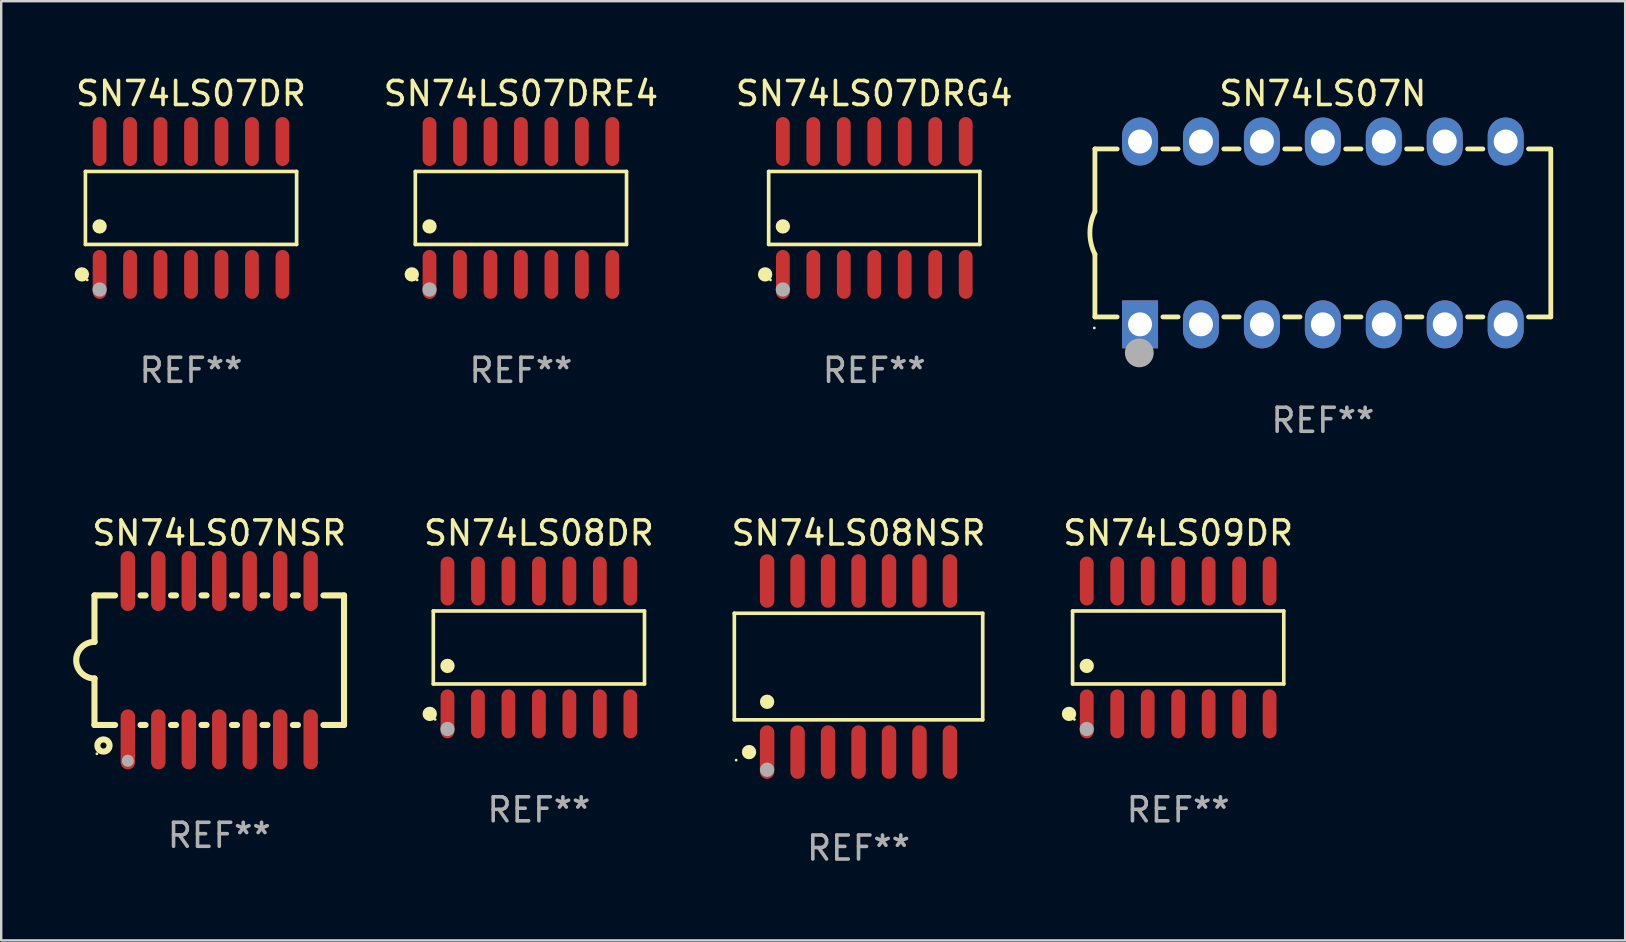
<source format=kicad_pcb>
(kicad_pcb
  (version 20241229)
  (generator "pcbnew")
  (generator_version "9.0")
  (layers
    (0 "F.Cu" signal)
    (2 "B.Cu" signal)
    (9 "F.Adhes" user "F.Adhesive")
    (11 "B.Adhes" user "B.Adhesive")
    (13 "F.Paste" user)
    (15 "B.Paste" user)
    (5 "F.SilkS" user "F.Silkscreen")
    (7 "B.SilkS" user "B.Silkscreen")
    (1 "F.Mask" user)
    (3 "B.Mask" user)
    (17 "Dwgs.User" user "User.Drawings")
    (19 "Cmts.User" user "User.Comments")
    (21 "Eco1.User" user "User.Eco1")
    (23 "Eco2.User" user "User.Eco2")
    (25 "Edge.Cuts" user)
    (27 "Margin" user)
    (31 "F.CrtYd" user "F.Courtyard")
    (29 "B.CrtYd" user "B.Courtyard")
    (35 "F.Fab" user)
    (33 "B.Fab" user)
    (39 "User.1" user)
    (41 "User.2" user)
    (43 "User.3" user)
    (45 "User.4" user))
  (footprint "SN74LS08DR"
    (layer "F.Cu")
    (at 19.41 23.934)
    (property "Reference" "SN74LS08DR" (at 0 -4.769 0) (layer "F.SilkS") (effects (font (size 1 1) (thickness 0.15))))
    (attr through_hole)
    (fp_line (start -4.401 -1.521) (end 4.401 -1.521) (stroke (width 0.152) (type solid)) (layer "F.SilkS"))
    (fp_line (start -4.401 1.521) (end -4.401 -1.521) (stroke (width 0.152) (type solid)) (layer "F.SilkS"))
    (fp_line (start 4.401 -1.521) (end 4.401 1.521) (stroke (width 0.152) (type solid)) (layer "F.SilkS"))
    (fp_line (start 4.401 1.521) (end -4.401 1.521) (stroke (width 0.152) (type solid)) (layer "F.SilkS"))
    (fp_circle (center -4.549 2.769) (end -4.399 2.769) (stroke (width 0.3) (type solid)) (fill no) (layer "F.SilkS"))
    (fp_circle (center -4.325 3) (end -4.295 3) (stroke (width 0.06) (type solid)) (fill no) (layer "F.SilkS"))
    (fp_circle (center -3.81 0.769) (end -3.66 0.769) (stroke (width 0.3) (type solid)) (fill no) (layer "F.SilkS"))
    (fp_circle (center -3.81 3.4) (end -3.66 3.4) (stroke (width 0.3) (type solid)) (fill no) (layer "F.Fab"))
    (fp_text user "REF**" (at 0 6.769 0) (layer "F.Fab") (effects (font (size 1 1) (thickness 0.15))))
    (pad "1" smd oval (at -3.81 2.769) (size 0.574 2.038) (layers "F.Cu" "F.Mask" "F.Paste"))
    (pad "2" smd oval (at -2.54 2.769) (size 0.574 2.038) (layers "F.Cu" "F.Mask" "F.Paste"))
    (pad "3" smd oval (at -1.27 2.769) (size 0.574 2.038) (layers "F.Cu" "F.Mask" "F.Paste"))
    (pad "4" smd oval (at 0 2.769) (size 0.574 2.038) (layers "F.Cu" "F.Mask" "F.Paste"))
    (pad "5" smd oval (at 1.27 2.769) (size 0.574 2.038) (layers "F.Cu" "F.Mask" "F.Paste"))
    (pad "6" smd oval (at 2.54 2.769) (size 0.574 2.038) (layers "F.Cu" "F.Mask" "F.Paste"))
    (pad "7" smd oval (at 3.81 2.769) (size 0.574 2.038) (layers "F.Cu" "F.Mask" "F.Paste"))
    (pad "8" smd oval (at 3.81 -2.769) (size 0.574 2.038) (layers "F.Cu" "F.Mask" "F.Paste"))
    (pad "9" smd oval (at 2.54 -2.769) (size 0.574 2.038) (layers "F.Cu" "F.Mask" "F.Paste"))
    (pad "10" smd oval (at 1.27 -2.769) (size 0.574 2.038) (layers "F.Cu" "F.Mask" "F.Paste"))
    (pad "11" smd oval (at 0 -2.769) (size 0.574 2.038) (layers "F.Cu" "F.Mask" "F.Paste"))
    (pad "12" smd oval (at -1.27 -2.769) (size 0.574 2.038) (layers "F.Cu" "F.Mask" "F.Paste"))
    (pad "13" smd oval (at -2.54 -2.769) (size 0.574 2.038) (layers "F.Cu" "F.Mask" "F.Paste"))
    (pad "14" smd oval (at -3.81 -2.769) (size 0.574 2.038) (layers "F.Cu" "F.Mask" "F.Paste")))
  (footprint "SN74LS07DRG4"
    (layer "F.Cu")
    (at 33.387 5.617)
    (property "Reference" "SN74LS07DRG4" (at 0 -4.769 0) (layer "F.SilkS") (effects (font (size 1 1) (thickness 0.15))))
    (attr through_hole)
    (fp_line (start -4.401 -1.521) (end 4.401 -1.521) (stroke (width 0.152) (type solid)) (layer "F.SilkS"))
    (fp_line (start -4.401 1.521) (end -4.401 -1.521) (stroke (width 0.152) (type solid)) (layer "F.SilkS"))
    (fp_line (start 4.401 -1.521) (end 4.401 1.521) (stroke (width 0.152) (type solid)) (layer "F.SilkS"))
    (fp_line (start 4.401 1.521) (end -4.401 1.521) (stroke (width 0.152) (type solid)) (layer "F.SilkS"))
    (fp_circle (center -4.549 2.769) (end -4.399 2.769) (stroke (width 0.3) (type solid)) (fill no) (layer "F.SilkS"))
    (fp_circle (center -4.325 3) (end -4.295 3) (stroke (width 0.06) (type solid)) (fill no) (layer "F.SilkS"))
    (fp_circle (center -3.81 0.769) (end -3.66 0.769) (stroke (width 0.3) (type solid)) (fill no) (layer "F.SilkS"))
    (fp_circle (center -3.81 3.4) (end -3.66 3.4) (stroke (width 0.3) (type solid)) (fill no) (layer "F.Fab"))
    (fp_text user "REF**" (at 0 6.769 0) (layer "F.Fab") (effects (font (size 1 1) (thickness 0.15))))
    (pad "1" smd oval (at -3.81 2.769) (size 0.574 2.038) (layers "F.Cu" "F.Mask" "F.Paste"))
    (pad "2" smd oval (at -2.54 2.769) (size 0.574 2.038) (layers "F.Cu" "F.Mask" "F.Paste"))
    (pad "3" smd oval (at -1.27 2.769) (size 0.574 2.038) (layers "F.Cu" "F.Mask" "F.Paste"))
    (pad "4" smd oval (at 0 2.769) (size 0.574 2.038) (layers "F.Cu" "F.Mask" "F.Paste"))
    (pad "5" smd oval (at 1.27 2.769) (size 0.574 2.038) (layers "F.Cu" "F.Mask" "F.Paste"))
    (pad "6" smd oval (at 2.54 2.769) (size 0.574 2.038) (layers "F.Cu" "F.Mask" "F.Paste"))
    (pad "7" smd oval (at 3.81 2.769) (size 0.574 2.038) (layers "F.Cu" "F.Mask" "F.Paste"))
    (pad "8" smd oval (at 3.81 -2.769) (size 0.574 2.038) (layers "F.Cu" "F.Mask" "F.Paste"))
    (pad "9" smd oval (at 2.54 -2.769) (size 0.574 2.038) (layers "F.Cu" "F.Mask" "F.Paste"))
    (pad "10" smd oval (at 1.27 -2.769) (size 0.574 2.038) (layers "F.Cu" "F.Mask" "F.Paste"))
    (pad "11" smd oval (at 0 -2.769) (size 0.574 2.038) (layers "F.Cu" "F.Mask" "F.Paste"))
    (pad "12" smd oval (at -1.27 -2.769) (size 0.574 2.038) (layers "F.Cu" "F.Mask" "F.Paste"))
    (pad "13" smd oval (at -2.54 -2.769) (size 0.574 2.038) (layers "F.Cu" "F.Mask" "F.Paste"))
    (pad "14" smd oval (at -3.81 -2.769) (size 0.574 2.038) (layers "F.Cu" "F.Mask" "F.Paste")))
  (footprint "SN74LS07NSR"
    (layer "F.Cu")
    (at 6.088 24.465)
    (property "Reference" "SN74LS07NSR" (at 0 -5.3 0) (layer "F.SilkS") (effects (font (size 1 1) (thickness 0.15))))
    (attr through_hole)
    (fp_line (start -5.2 -2.7) (end -5.2 -0.762) (stroke (width 0.254) (type solid)) (layer "F.SilkS"))
    (fp_line (start -5.2 -2.7) (end -4.341 -2.7) (stroke (width 0.254) (type solid)) (layer "F.SilkS"))
    (fp_line (start -5.2 2.7) (end -5.2 0.762) (stroke (width 0.254) (type solid)) (layer "F.SilkS"))
    (fp_line (start -4.341 2.7) (end -5.2 2.7) (stroke (width 0.254) (type solid)) (layer "F.SilkS"))
    (fp_line (start -3.279 -2.7) (end -3.071 -2.7) (stroke (width 0.254) (type solid)) (layer "F.SilkS"))
    (fp_line (start -3.071 2.7) (end -3.279 2.7) (stroke (width 0.254) (type solid)) (layer "F.SilkS"))
    (fp_line (start -2.009 -2.7) (end -1.801 -2.7) (stroke (width 0.254) (type solid)) (layer "F.SilkS"))
    (fp_line (start -1.801 2.7) (end -2.009 2.7) (stroke (width 0.254) (type solid)) (layer "F.SilkS"))
    (fp_line (start -0.739 -2.7) (end -0.531 -2.7) (stroke (width 0.254) (type solid)) (layer "F.SilkS"))
    (fp_line (start -0.531 2.7) (end -0.739 2.7) (stroke (width 0.254) (type solid)) (layer "F.SilkS"))
    (fp_line (start 0.531 -2.7) (end 0.739 -2.7) (stroke (width 0.254) (type solid)) (layer "F.SilkS"))
    (fp_line (start 0.739 2.7) (end 0.531 2.7) (stroke (width 0.254) (type solid)) (layer "F.SilkS"))
    (fp_line (start 1.801 -2.7) (end 2.009 -2.7) (stroke (width 0.254) (type solid)) (layer "F.SilkS"))
    (fp_line (start 2.009 2.7) (end 1.801 2.7) (stroke (width 0.254) (type solid)) (layer "F.SilkS"))
    (fp_line (start 3.071 -2.7) (end 3.279 -2.7) (stroke (width 0.254) (type solid)) (layer "F.SilkS"))
    (fp_line (start 3.279 2.7) (end 3.071 2.7) (stroke (width 0.254) (type solid)) (layer "F.SilkS"))
    (fp_line (start 4.341 -2.7) (end 5.2 -2.7) (stroke (width 0.254) (type solid)) (layer "F.SilkS"))
    (fp_line (start 5.2 2.7) (end 4.341 2.7) (stroke (width 0.254) (type solid)) (layer "F.SilkS"))
    (fp_line (start 5.2 2.7) (end 5.2 -2.7) (stroke (width 0.254) (type solid)) (layer "F.SilkS"))
    (fp_arc (start -5.2 0.762002) (mid -5.961393 -0.000305) (end -5.199391 -0.762002) (stroke (width 0.254001) (type solid)) (layer "F.SilkS"))
    (fp_circle (center -5.1 3.9) (end -5.07 3.9) (stroke (width 0.06) (type solid)) (fill no) (layer "F.SilkS"))
    (fp_circle (center -4.826 3.556) (end -4.572 3.556) (stroke (width 0.254) (type solid)) (fill no) (layer "F.SilkS"))
    (fp_circle (center -3.81 4.191) (end -3.683 4.191) (stroke (width 0.254) (type solid)) (fill no) (layer "F.Fab"))
    (fp_text user "REF**" (at 0 7.3 0) (layer "F.Fab") (effects (font (size 1 1) (thickness 0.15))))
    (pad "1" smd oval (at -3.81 3.3) (size 0.6 2.5) (layers "F.Cu" "F.Mask" "F.Paste"))
    (pad "2" smd oval (at -2.54 3.3) (size 0.6 2.5) (layers "F.Cu" "F.Mask" "F.Paste"))
    (pad "3" smd oval (at -1.27 3.3) (size 0.6 2.5) (layers "F.Cu" "F.Mask" "F.Paste"))
    (pad "4" smd oval (at 0 3.3) (size 0.6 2.5) (layers "F.Cu" "F.Mask" "F.Paste"))
    (pad "5" smd oval (at 1.27 3.3) (size 0.6 2.5) (layers "F.Cu" "F.Mask" "F.Paste"))
    (pad "6" smd oval (at 2.54 3.3) (size 0.6 2.5) (layers "F.Cu" "F.Mask" "F.Paste"))
    (pad "7" smd oval (at 3.81 3.3) (size 0.6 2.5) (layers "F.Cu" "F.Mask" "F.Paste"))
    (pad "8" smd oval (at 3.81 -3.3) (size 0.6 2.5) (layers "F.Cu" "F.Mask" "F.Paste"))
    (pad "9" smd oval (at 2.54 -3.3) (size 0.6 2.5) (layers "F.Cu" "F.Mask" "F.Paste"))
    (pad "10" smd oval (at 1.27 -3.3) (size 0.6 2.5) (layers "F.Cu" "F.Mask" "F.Paste"))
    (pad "11" smd oval (at 0 -3.3) (size 0.6 2.5) (layers "F.Cu" "F.Mask" "F.Paste"))
    (pad "12" smd oval (at -1.27 -3.3) (size 0.6 2.5) (layers "F.Cu" "F.Mask" "F.Paste"))
    (pad "13" smd oval (at -2.54 -3.3) (size 0.6 2.5) (layers "F.Cu" "F.Mask" "F.Paste"))
    (pad "14" smd oval (at -3.81 -3.3) (size 0.6 2.5) (layers "F.Cu" "F.Mask" "F.Paste")))
  (footprint "SN74LS07DR"
    (layer "F.Cu")
    (at 4.911 5.617)
    (property "Reference" "SN74LS07DR" (at 0 -4.769 0) (layer "F.SilkS") (effects (font (size 1 1) (thickness 0.15))))
    (attr through_hole)
    (fp_line (start -4.401 -1.521) (end 4.401 -1.521) (stroke (width 0.152) (type solid)) (layer "F.SilkS"))
    (fp_line (start -4.401 1.521) (end -4.401 -1.521) (stroke (width 0.152) (type solid)) (layer "F.SilkS"))
    (fp_line (start 4.401 -1.521) (end 4.401 1.521) (stroke (width 0.152) (type solid)) (layer "F.SilkS"))
    (fp_line (start 4.401 1.521) (end -4.401 1.521) (stroke (width 0.152) (type solid)) (layer "F.SilkS"))
    (fp_circle (center -4.549 2.769) (end -4.399 2.769) (stroke (width 0.3) (type solid)) (fill no) (layer "F.SilkS"))
    (fp_circle (center -4.325 3) (end -4.295 3) (stroke (width 0.06) (type solid)) (fill no) (layer "F.SilkS"))
    (fp_circle (center -3.81 0.769) (end -3.66 0.769) (stroke (width 0.3) (type solid)) (fill no) (layer "F.SilkS"))
    (fp_circle (center -3.81 3.4) (end -3.66 3.4) (stroke (width 0.3) (type solid)) (fill no) (layer "F.Fab"))
    (fp_text user "REF**" (at 0 6.769 0) (layer "F.Fab") (effects (font (size 1 1) (thickness 0.15))))
    (pad "1" smd oval (at -3.81 2.769) (size 0.574 2.038) (layers "F.Cu" "F.Mask" "F.Paste"))
    (pad "2" smd oval (at -2.54 2.769) (size 0.574 2.038) (layers "F.Cu" "F.Mask" "F.Paste"))
    (pad "3" smd oval (at -1.27 2.769) (size 0.574 2.038) (layers "F.Cu" "F.Mask" "F.Paste"))
    (pad "4" smd oval (at 0 2.769) (size 0.574 2.038) (layers "F.Cu" "F.Mask" "F.Paste"))
    (pad "5" smd oval (at 1.27 2.769) (size 0.574 2.038) (layers "F.Cu" "F.Mask" "F.Paste"))
    (pad "6" smd oval (at 2.54 2.769) (size 0.574 2.038) (layers "F.Cu" "F.Mask" "F.Paste"))
    (pad "7" smd oval (at 3.81 2.769) (size 0.574 2.038) (layers "F.Cu" "F.Mask" "F.Paste"))
    (pad "8" smd oval (at 3.81 -2.769) (size 0.574 2.038) (layers "F.Cu" "F.Mask" "F.Paste"))
    (pad "9" smd oval (at 2.54 -2.769) (size 0.574 2.038) (layers "F.Cu" "F.Mask" "F.Paste"))
    (pad "10" smd oval (at 1.27 -2.769) (size 0.574 2.038) (layers "F.Cu" "F.Mask" "F.Paste"))
    (pad "11" smd oval (at 0 -2.769) (size 0.574 2.038) (layers "F.Cu" "F.Mask" "F.Paste"))
    (pad "12" smd oval (at -1.27 -2.769) (size 0.574 2.038) (layers "F.Cu" "F.Mask" "F.Paste"))
    (pad "13" smd oval (at -2.54 -2.769) (size 0.574 2.038) (layers "F.Cu" "F.Mask" "F.Paste"))
    (pad "14" smd oval (at -3.81 -2.769) (size 0.574 2.038) (layers "F.Cu" "F.Mask" "F.Paste")))
  (footprint "SN74LS07DRE4"
    (layer "F.Cu")
    (at 18.661 5.617)
    (property "Reference" "SN74LS07DRE4" (at 0 -4.769 0) (layer "F.SilkS") (effects (font (size 1 1) (thickness 0.15))))
    (attr through_hole)
    (fp_line (start -4.401 -1.521) (end 4.401 -1.521) (stroke (width 0.152) (type solid)) (layer "F.SilkS"))
    (fp_line (start -4.401 1.521) (end -4.401 -1.521) (stroke (width 0.152) (type solid)) (layer "F.SilkS"))
    (fp_line (start 4.401 -1.521) (end 4.401 1.521) (stroke (width 0.152) (type solid)) (layer "F.SilkS"))
    (fp_line (start 4.401 1.521) (end -4.401 1.521) (stroke (width 0.152) (type solid)) (layer "F.SilkS"))
    (fp_circle (center -4.549 2.769) (end -4.399 2.769) (stroke (width 0.3) (type solid)) (fill no) (layer "F.SilkS"))
    (fp_circle (center -4.325 3) (end -4.295 3) (stroke (width 0.06) (type solid)) (fill no) (layer "F.SilkS"))
    (fp_circle (center -3.81 0.769) (end -3.66 0.769) (stroke (width 0.3) (type solid)) (fill no) (layer "F.SilkS"))
    (fp_circle (center -3.81 3.4) (end -3.66 3.4) (stroke (width 0.3) (type solid)) (fill no) (layer "F.Fab"))
    (fp_text user "REF**" (at 0 6.769 0) (layer "F.Fab") (effects (font (size 1 1) (thickness 0.15))))
    (pad "1" smd oval (at -3.81 2.769) (size 0.574 2.038) (layers "F.Cu" "F.Mask" "F.Paste"))
    (pad "2" smd oval (at -2.54 2.769) (size 0.574 2.038) (layers "F.Cu" "F.Mask" "F.Paste"))
    (pad "3" smd oval (at -1.27 2.769) (size 0.574 2.038) (layers "F.Cu" "F.Mask" "F.Paste"))
    (pad "4" smd oval (at 0 2.769) (size 0.574 2.038) (layers "F.Cu" "F.Mask" "F.Paste"))
    (pad "5" smd oval (at 1.27 2.769) (size 0.574 2.038) (layers "F.Cu" "F.Mask" "F.Paste"))
    (pad "6" smd oval (at 2.54 2.769) (size 0.574 2.038) (layers "F.Cu" "F.Mask" "F.Paste"))
    (pad "7" smd oval (at 3.81 2.769) (size 0.574 2.038) (layers "F.Cu" "F.Mask" "F.Paste"))
    (pad "8" smd oval (at 3.81 -2.769) (size 0.574 2.038) (layers "F.Cu" "F.Mask" "F.Paste"))
    (pad "9" smd oval (at 2.54 -2.769) (size 0.574 2.038) (layers "F.Cu" "F.Mask" "F.Paste"))
    (pad "10" smd oval (at 1.27 -2.769) (size 0.574 2.038) (layers "F.Cu" "F.Mask" "F.Paste"))
    (pad "11" smd oval (at 0 -2.769) (size 0.574 2.038) (layers "F.Cu" "F.Mask" "F.Paste"))
    (pad "12" smd oval (at -1.27 -2.769) (size 0.574 2.038) (layers "F.Cu" "F.Mask" "F.Paste"))
    (pad "13" smd oval (at -2.54 -2.769) (size 0.574 2.038) (layers "F.Cu" "F.Mask" "F.Paste"))
    (pad "14" smd oval (at -3.81 -2.769) (size 0.574 2.038) (layers "F.Cu" "F.Mask" "F.Paste")))
  (footprint "SN74LS07N"
    (layer "F.Cu")
    (at 52.083 6.658)
    (property "Reference" "SN74LS07N" (at 0 -5.81 0) (layer "F.SilkS") (effects (font (size 1 1) (thickness 0.15))))
    (attr through_hole)
    (fp_line (start -9.5 -3.5) (end -9.5 -0.889) (stroke (width 0.2) (type solid)) (layer "F.SilkS"))
    (fp_line (start -9.5 -3.5) (end -8.572 -3.5) (stroke (width 0.2) (type solid)) (layer "F.SilkS"))
    (fp_line (start -9.5 3.5) (end -9.5 0.889) (stroke (width 0.2) (type solid)) (layer "F.SilkS"))
    (fp_line (start -9.5 3.5) (end -8.574 3.5) (stroke (width 0.2) (type solid)) (layer "F.SilkS"))
    (fp_line (start -6.668 -3.5) (end -6.032 -3.5) (stroke (width 0.2) (type solid)) (layer "F.SilkS"))
    (fp_line (start -6.666 3.5) (end -6.032 3.5) (stroke (width 0.2) (type solid)) (layer "F.SilkS"))
    (fp_line (start -4.128 -3.5) (end -3.492 -3.5) (stroke (width 0.2) (type solid)) (layer "F.SilkS"))
    (fp_line (start -4.128 3.5) (end -3.492 3.5) (stroke (width 0.2) (type solid)) (layer "F.SilkS"))
    (fp_line (start -1.588 -3.5) (end -0.952 -3.5) (stroke (width 0.2) (type solid)) (layer "F.SilkS"))
    (fp_line (start -1.588 3.5) (end -0.952 3.5) (stroke (width 0.2) (type solid)) (layer "F.SilkS"))
    (fp_line (start 0.952 -3.5) (end 1.588 -3.5) (stroke (width 0.2) (type solid)) (layer "F.SilkS"))
    (fp_line (start 0.952 3.5) (end 1.588 3.5) (stroke (width 0.2) (type solid)) (layer "F.SilkS"))
    (fp_line (start 3.492 -3.5) (end 4.128 -3.5) (stroke (width 0.2) (type solid)) (layer "F.SilkS"))
    (fp_line (start 3.492 3.5) (end 4.128 3.5) (stroke (width 0.2) (type solid)) (layer "F.SilkS"))
    (fp_line (start 6.032 -3.5) (end 6.668 -3.5) (stroke (width 0.2) (type solid)) (layer "F.SilkS"))
    (fp_line (start 6.032 3.5) (end 6.668 3.5) (stroke (width 0.2) (type solid)) (layer "F.SilkS"))
    (fp_line (start 8.572 -3.5) (end 9.5 -3.5) (stroke (width 0.2) (type solid)) (layer "F.SilkS"))
    (fp_line (start 8.572 3.5) (end 9.5 3.5) (stroke (width 0.2) (type solid)) (layer "F.SilkS"))
    (fp_line (start 9.5 3.5) (end 9.5 -3.429) (stroke (width 0.2) (type solid)) (layer "F.SilkS"))
    (fp_arc (start -9.499619 0.889001) (mid -9.709623 0.000047) (end -9.500025 -0.889002) (stroke (width 0.2) (type solid)) (layer "F.SilkS"))
    (fp_circle (center -9.525 3.96) (end -9.495 3.96) (stroke (width 0.06) (type solid)) (fill no) (layer "F.SilkS"))
    (fp_circle (center -7.65 5) (end -7.35 5) (stroke (width 0.6) (type solid)) (fill no) (layer "F.Fab"))
    (fp_text user "REF**" (at 0 7.81 0) (layer "F.Fab") (effects (font (size 1 1) (thickness 0.15))))
    (pad "1" thru_hole rect (at -7.62 3.81 90) (size 2 1.5) (drill 1) (layers "*.Cu" "*.Mask"))
    (pad "2" thru_hole oval (at -5.08 3.81 90) (size 2 1.5) (drill 1) (layers "*.Cu" "*.Mask"))
    (pad "3" thru_hole oval (at -2.54 3.81 90) (size 2 1.5) (drill 1) (layers "*.Cu" "*.Mask"))
    (pad "4" thru_hole oval (at 0 3.81 90) (size 2 1.5) (drill 1) (layers "*.Cu" "*.Mask"))
    (pad "5" thru_hole oval (at 2.54 3.81 90) (size 2 1.5) (drill 1) (layers "*.Cu" "*.Mask"))
    (pad "6" thru_hole oval (at 5.08 3.81 90) (size 2 1.5) (drill 1) (layers "*.Cu" "*.Mask"))
    (pad "7" thru_hole oval (at 7.62 3.81 90) (size 2 1.5) (drill 1) (layers "*.Cu" "*.Mask"))
    (pad "8" thru_hole oval (at 7.62 -3.81 90) (size 2 1.5) (drill 1) (layers "*.Cu" "*.Mask"))
    (pad "9" thru_hole oval (at 5.08 -3.81 90) (size 2 1.5) (drill 1) (layers "*.Cu" "*.Mask"))
    (pad "10" thru_hole oval (at 2.54 -3.81 90) (size 2 1.5) (drill 1) (layers "*.Cu" "*.Mask"))
    (pad "11" thru_hole oval (at 0 -3.81 90) (size 2 1.5) (drill 1) (layers "*.Cu" "*.Mask"))
    (pad "12" thru_hole oval (at -2.54 -3.81 90) (size 2 1.5) (drill 1) (layers "*.Cu" "*.Mask"))
    (pad "13" thru_hole oval (at -5.08 -3.81 90) (size 2 1.5) (drill 1) (layers "*.Cu" "*.Mask"))
    (pad "14" thru_hole oval (at -7.62 -3.81 90) (size 2 1.5) (drill 1) (layers "*.Cu" "*.Mask")))
  (footprint "SN74LS08NSR"
    (layer "F.Cu")
    (at 32.731 24.73)
    (property "Reference" "SN74LS08NSR" (at 0 -5.565 0) (layer "F.SilkS") (effects (font (size 1 1) (thickness 0.15))))
    (attr through_hole)
    (fp_line (start -5.176 -2.221) (end 5.176 -2.221) (stroke (width 0.152) (type solid)) (layer "F.SilkS"))
    (fp_line (start -5.176 2.221) (end -5.176 -2.221) (stroke (width 0.152) (type solid)) (layer "F.SilkS"))
    (fp_line (start 5.176 -2.221) (end 5.176 2.221) (stroke (width 0.152) (type solid)) (layer "F.SilkS"))
    (fp_line (start 5.176 2.221) (end -5.176 2.221) (stroke (width 0.152) (type solid)) (layer "F.SilkS"))
    (fp_circle (center -5.1 3.9) (end -5.07 3.9) (stroke (width 0.06) (type solid)) (fill no) (layer "F.SilkS"))
    (fp_circle (center -4.563 3.565) (end -4.413 3.565) (stroke (width 0.3) (type solid)) (fill no) (layer "F.SilkS"))
    (fp_circle (center -3.81 1.469) (end -3.66 1.469) (stroke (width 0.3) (type solid)) (fill no) (layer "F.SilkS"))
    (fp_circle (center -3.81 4.3) (end -3.66 4.3) (stroke (width 0.3) (type solid)) (fill no) (layer "F.Fab"))
    (fp_text user "REF**" (at 0 7.565 0) (layer "F.Fab") (effects (font (size 1 1) (thickness 0.15))))
    (pad "1" smd oval (at -3.81 3.565) (size 0.602 2.231) (layers "F.Cu" "F.Mask" "F.Paste"))
    (pad "2" smd oval (at -2.54 3.565) (size 0.602 2.231) (layers "F.Cu" "F.Mask" "F.Paste"))
    (pad "3" smd oval (at -1.27 3.565) (size 0.602 2.231) (layers "F.Cu" "F.Mask" "F.Paste"))
    (pad "4" smd oval (at 0 3.565) (size 0.602 2.231) (layers "F.Cu" "F.Mask" "F.Paste"))
    (pad "5" smd oval (at 1.27 3.565) (size 0.602 2.231) (layers "F.Cu" "F.Mask" "F.Paste"))
    (pad "6" smd oval (at 2.54 3.565) (size 0.602 2.231) (layers "F.Cu" "F.Mask" "F.Paste"))
    (pad "7" smd oval (at 3.81 3.565) (size 0.602 2.231) (layers "F.Cu" "F.Mask" "F.Paste"))
    (pad "8" smd oval (at 3.81 -3.565) (size 0.602 2.231) (layers "F.Cu" "F.Mask" "F.Paste"))
    (pad "9" smd oval (at 2.54 -3.565) (size 0.602 2.231) (layers "F.Cu" "F.Mask" "F.Paste"))
    (pad "10" smd oval (at 1.27 -3.565) (size 0.602 2.231) (layers "F.Cu" "F.Mask" "F.Paste"))
    (pad "11" smd oval (at 0 -3.565) (size 0.602 2.231) (layers "F.Cu" "F.Mask" "F.Paste"))
    (pad "12" smd oval (at -1.27 -3.565) (size 0.602 2.231) (layers "F.Cu" "F.Mask" "F.Paste"))
    (pad "13" smd oval (at -2.54 -3.565) (size 0.602 2.231) (layers "F.Cu" "F.Mask" "F.Paste"))
    (pad "14" smd oval (at -3.81 -3.565) (size 0.602 2.231) (layers "F.Cu" "F.Mask" "F.Paste")))
  (footprint "SN74LS09DR"
    (layer "F.Cu")
    (at 46.053 23.934)
    (property "Reference" "SN74LS09DR" (at 0 -4.769 0) (layer "F.SilkS") (effects (font (size 1 1) (thickness 0.15))))
    (attr through_hole)
    (fp_line (start -4.401 -1.521) (end 4.401 -1.521) (stroke (width 0.152) (type solid)) (layer "F.SilkS"))
    (fp_line (start -4.401 1.521) (end -4.401 -1.521) (stroke (width 0.152) (type solid)) (layer "F.SilkS"))
    (fp_line (start 4.401 -1.521) (end 4.401 1.521) (stroke (width 0.152) (type solid)) (layer "F.SilkS"))
    (fp_line (start 4.401 1.521) (end -4.401 1.521) (stroke (width 0.152) (type solid)) (layer "F.SilkS"))
    (fp_circle (center -4.549 2.769) (end -4.399 2.769) (stroke (width 0.3) (type solid)) (fill no) (layer "F.SilkS"))
    (fp_circle (center -4.325 3) (end -4.295 3) (stroke (width 0.06) (type solid)) (fill no) (layer "F.SilkS"))
    (fp_circle (center -3.81 0.769) (end -3.66 0.769) (stroke (width 0.3) (type solid)) (fill no) (layer "F.SilkS"))
    (fp_circle (center -3.81 3.4) (end -3.66 3.4) (stroke (width 0.3) (type solid)) (fill no) (layer "F.Fab"))
    (fp_text user "REF**" (at 0 6.769 0) (layer "F.Fab") (effects (font (size 1 1) (thickness 0.15))))
    (pad "1" smd oval (at -3.81 2.769) (size 0.574 2.038) (layers "F.Cu" "F.Mask" "F.Paste"))
    (pad "2" smd oval (at -2.54 2.769) (size 0.574 2.038) (layers "F.Cu" "F.Mask" "F.Paste"))
    (pad "3" smd oval (at -1.27 2.769) (size 0.574 2.038) (layers "F.Cu" "F.Mask" "F.Paste"))
    (pad "4" smd oval (at 0 2.769) (size 0.574 2.038) (layers "F.Cu" "F.Mask" "F.Paste"))
    (pad "5" smd oval (at 1.27 2.769) (size 0.574 2.038) (layers "F.Cu" "F.Mask" "F.Paste"))
    (pad "6" smd oval (at 2.54 2.769) (size 0.574 2.038) (layers "F.Cu" "F.Mask" "F.Paste"))
    (pad "7" smd oval (at 3.81 2.769) (size 0.574 2.038) (layers "F.Cu" "F.Mask" "F.Paste"))
    (pad "8" smd oval (at 3.81 -2.769) (size 0.574 2.038) (layers "F.Cu" "F.Mask" "F.Paste"))
    (pad "9" smd oval (at 2.54 -2.769) (size 0.574 2.038) (layers "F.Cu" "F.Mask" "F.Paste"))
    (pad "10" smd oval (at 1.27 -2.769) (size 0.574 2.038) (layers "F.Cu" "F.Mask" "F.Paste"))
    (pad "11" smd oval (at 0 -2.769) (size 0.574 2.038) (layers "F.Cu" "F.Mask" "F.Paste"))
    (pad "12" smd oval (at -1.27 -2.769) (size 0.574 2.038) (layers "F.Cu" "F.Mask" "F.Paste"))
    (pad "13" smd oval (at -2.54 -2.769) (size 0.574 2.038) (layers "F.Cu" "F.Mask" "F.Paste"))
    (pad "14" smd oval (at -3.81 -2.769) (size 0.574 2.038) (layers "F.Cu" "F.Mask" "F.Paste")))
  (gr_rect
    (start -3 -3)
    (end 64.683 36.144)
    (stroke (width 0.1) (type default))
    (fill no)
    (layer "Edge.Cuts")))
</source>
